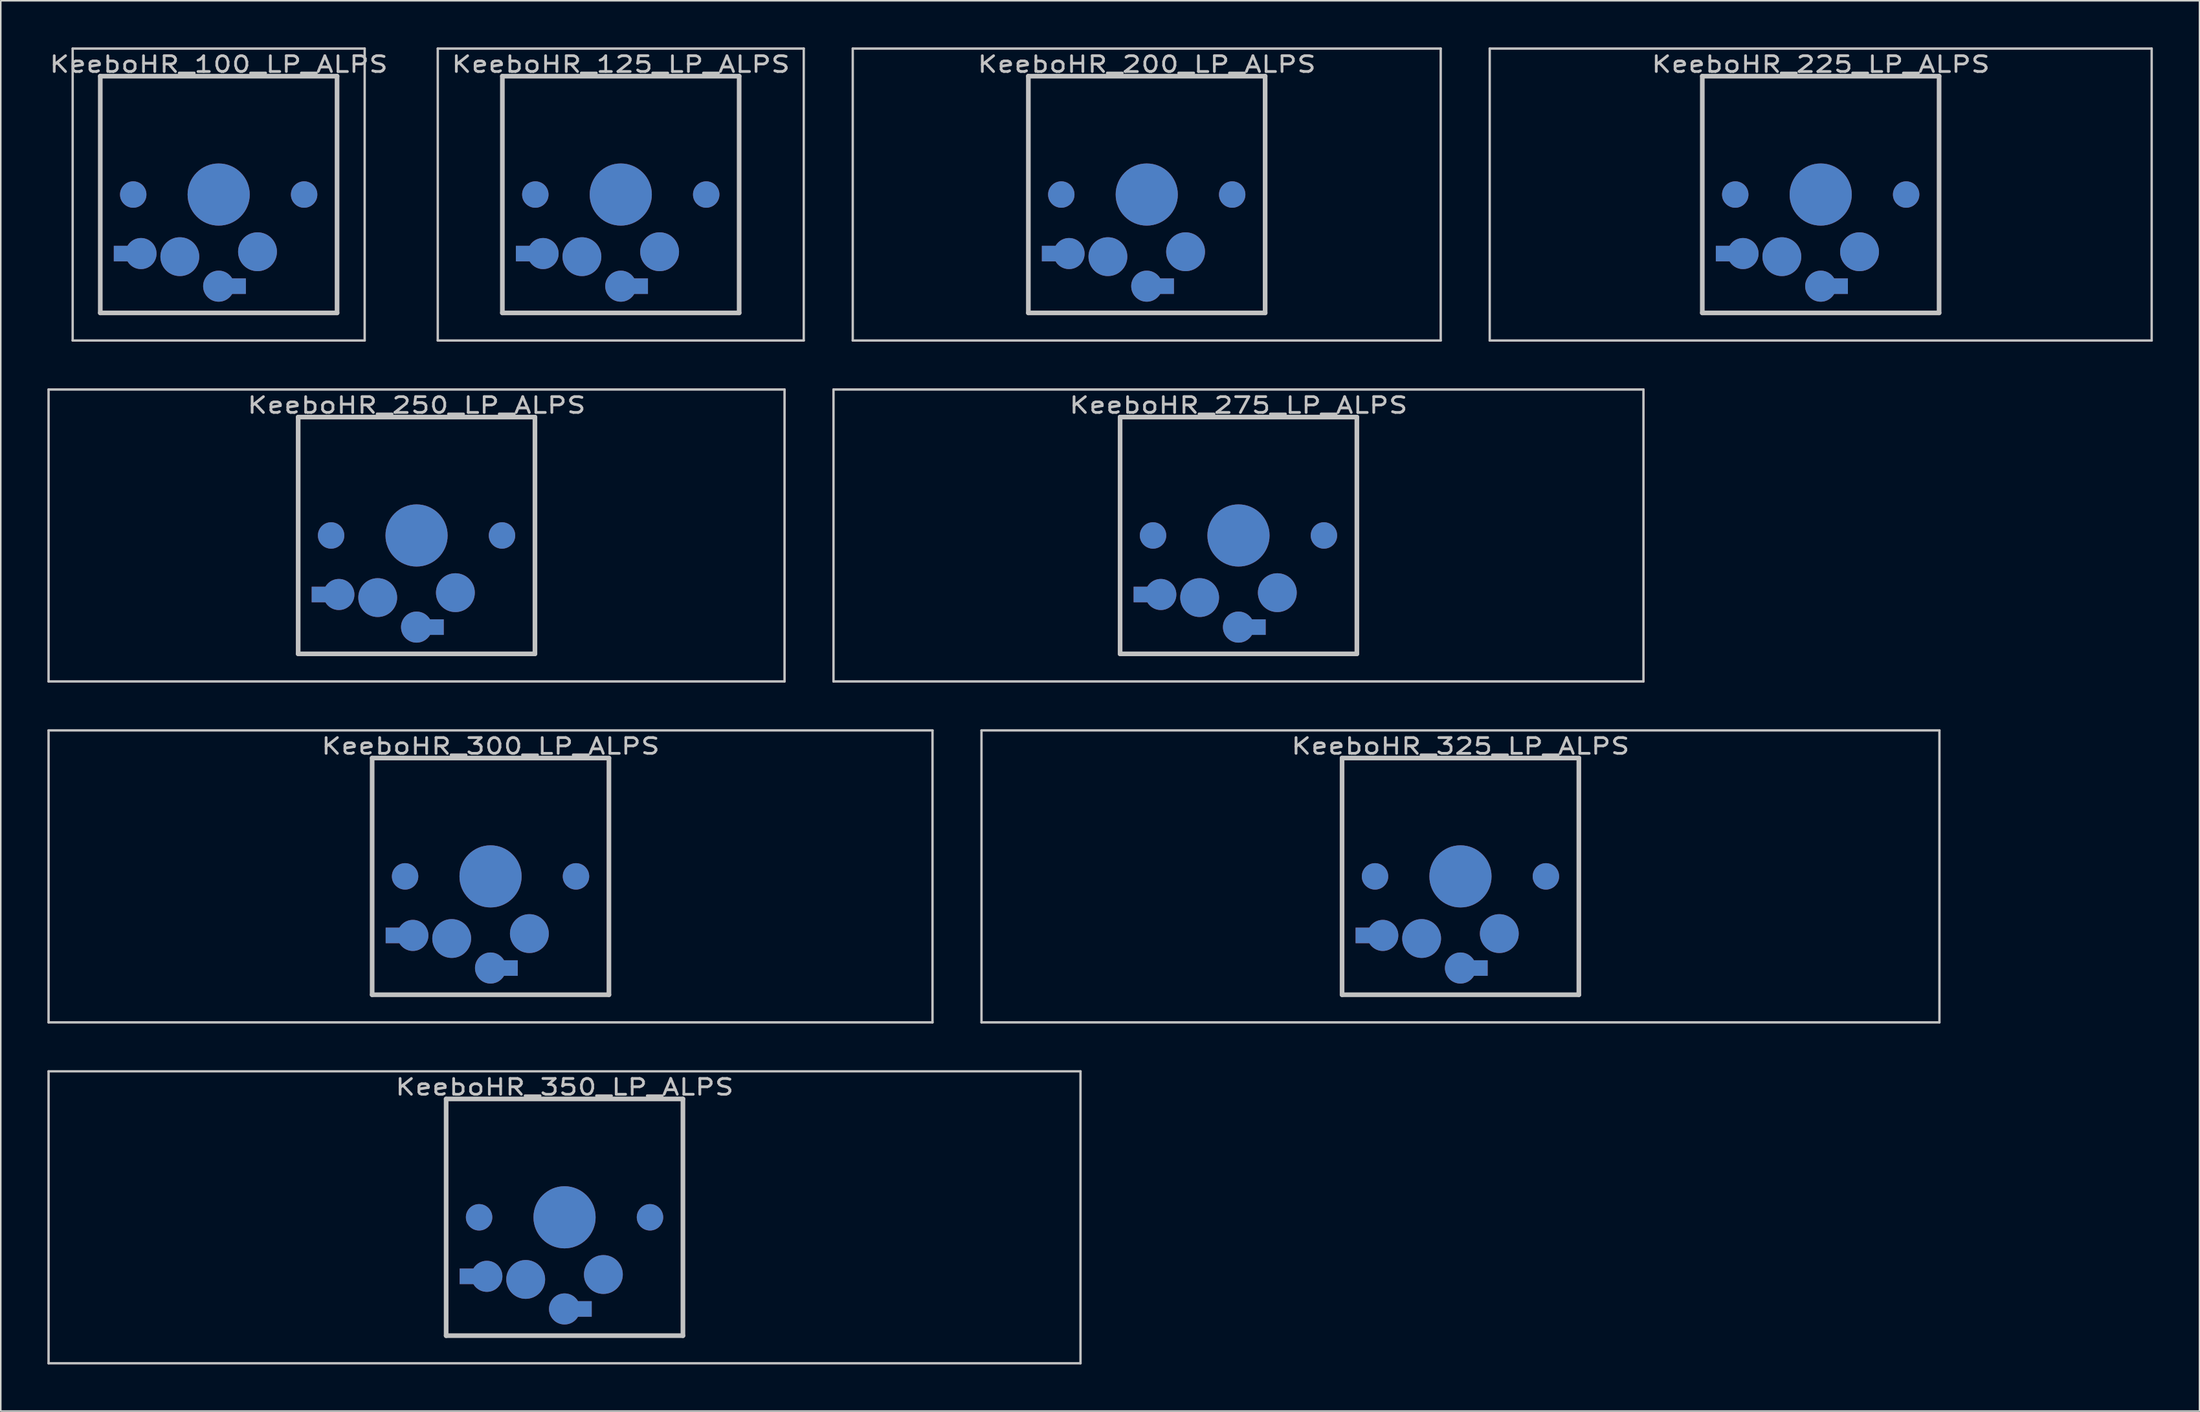
<source format=kicad_pcb>
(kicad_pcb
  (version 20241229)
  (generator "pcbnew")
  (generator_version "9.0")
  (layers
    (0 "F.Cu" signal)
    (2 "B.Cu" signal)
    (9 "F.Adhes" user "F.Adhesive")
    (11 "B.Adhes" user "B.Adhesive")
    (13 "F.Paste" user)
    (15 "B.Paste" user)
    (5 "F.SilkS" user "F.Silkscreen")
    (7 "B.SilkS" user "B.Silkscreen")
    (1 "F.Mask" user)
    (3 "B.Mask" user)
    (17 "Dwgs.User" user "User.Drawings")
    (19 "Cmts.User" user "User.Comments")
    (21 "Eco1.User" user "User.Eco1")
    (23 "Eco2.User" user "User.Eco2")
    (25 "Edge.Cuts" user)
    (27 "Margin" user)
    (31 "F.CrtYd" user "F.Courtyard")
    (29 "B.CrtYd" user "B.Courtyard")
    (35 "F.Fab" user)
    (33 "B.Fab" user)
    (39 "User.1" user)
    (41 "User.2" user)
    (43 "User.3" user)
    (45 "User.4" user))
  (footprint "KeeboHR_100_LP_ALPS"
    (layer "F.Cu")
    (at 11.025 9.474)
    (property "Reference" "KeeboHR_100_LP_ALPS" (at 0 -8.382 0) (layer "Dwgs.User") (effects (font (size 1.016 1.27) (thickness 0.178))))
    (attr through_hole)
    (fp_line (start -9.398 -9.398) (end 9.398 -9.398) (stroke (width 0.152) (type solid)) (layer "Dwgs.User"))
    (fp_line (start -9.398 9.398) (end -9.398 -9.398) (stroke (width 0.152) (type solid)) (layer "Dwgs.User"))
    (fp_line (start -7.62 -7.62) (end 7.62 -7.62) (stroke (width 0.3) (type solid)) (layer "Dwgs.User"))
    (fp_line (start -7.62 7.62) (end -7.62 -7.62) (stroke (width 0.3) (type solid)) (layer "Dwgs.User"))
    (fp_line (start 7.62 -7.62) (end 7.62 7.62) (stroke (width 0.3) (type solid)) (layer "Dwgs.User"))
    (fp_line (start 7.62 7.62) (end -7.62 7.62) (stroke (width 0.3) (type solid)) (layer "Dwgs.User"))
    (fp_line (start 9.398 -9.398) (end 9.398 9.398) (stroke (width 0.152) (type solid)) (layer "Dwgs.User"))
    (fp_line (start 9.398 9.398) (end -9.398 9.398) (stroke (width 0.152) (type solid)) (layer "Dwgs.User"))
    (pad "" smd circle (at -5.5 0) (size 1.7 1.7) (layers "*.Cu" "*.Mask"))
    (pad "" smd circle (at 0 0) (size 4 4) (layers "*.Cu" "*.Mask"))
    (pad "" smd circle (at 5.5 0) (size 1.7 1.7) (layers "*.Cu" "*.Mask"))
    (pad "1" smd circle (at 0 5.9) (size 2 2) (layers "*.Cu" "*.Mask"))
    (pad "1" smd rect (at 1.25 5.9) (size 1 1) (layers "*.Cu" "*.Mask"))
    (pad "1" smd circle (at 2.5 3.683) (size 2.5 2.5) (layers "*.Cu" "*.Mask"))
    (pad "2" smd rect (at -6.25 3.8) (size 1 1) (layers "*.Cu" "*.Mask"))
    (pad "2" smd circle (at -5 3.8) (size 2 2) (layers "*.Cu" "*.Mask"))
    (pad "2" smd circle (at -2.5 4) (size 2.5 2.5) (layers "*.Cu" "*.Mask")))
  (footprint "KeeboHR_250_LP_ALPS"
    (layer "F.Cu")
    (at 23.762 31.423)
    (property "Reference" "KeeboHR_250_LP_ALPS" (at 0 -8.382 0) (layer "Dwgs.User") (effects (font (size 1.016 1.27) (thickness 0.178))))
    (attr through_hole)
    (fp_line (start -23.686 -9.398) (end 23.686 -9.398) (stroke (width 0.152) (type solid)) (layer "Dwgs.User"))
    (fp_line (start -23.686 9.398) (end -23.686 -9.398) (stroke (width 0.152) (type solid)) (layer "Dwgs.User"))
    (fp_line (start -7.62 -7.62) (end 7.62 -7.62) (stroke (width 0.3) (type solid)) (layer "Dwgs.User"))
    (fp_line (start -7.62 7.62) (end -7.62 -7.62) (stroke (width 0.3) (type solid)) (layer "Dwgs.User"))
    (fp_line (start 7.62 -7.62) (end 7.62 7.62) (stroke (width 0.3) (type solid)) (layer "Dwgs.User"))
    (fp_line (start 7.62 7.62) (end -7.62 7.62) (stroke (width 0.3) (type solid)) (layer "Dwgs.User"))
    (fp_line (start 23.686 -9.398) (end 23.686 9.398) (stroke (width 0.152) (type solid)) (layer "Dwgs.User"))
    (fp_line (start 23.686 9.398) (end -23.686 9.398) (stroke (width 0.152) (type solid)) (layer "Dwgs.User"))
    (pad "" smd circle (at -5.5 0) (size 1.7 1.7) (layers "*.Cu" "*.Mask"))
    (pad "" smd circle (at 0 0) (size 4 4) (layers "*.Cu" "*.Mask"))
    (pad "" smd circle (at 5.5 0) (size 1.7 1.7) (layers "*.Cu" "*.Mask"))
    (pad "1" smd circle (at 0 5.9) (size 2 2) (layers "*.Cu" "*.Mask"))
    (pad "1" smd rect (at 1.25 5.9) (size 1 1) (layers "*.Cu" "*.Mask"))
    (pad "1" smd circle (at 2.5 3.683) (size 2.5 2.5) (layers "*.Cu" "*.Mask"))
    (pad "2" smd rect (at -6.25 3.8) (size 1 1) (layers "*.Cu" "*.Mask"))
    (pad "2" smd circle (at -5 3.8) (size 2 2) (layers "*.Cu" "*.Mask"))
    (pad "2" smd circle (at -2.5 4) (size 2.5 2.5) (layers "*.Cu" "*.Mask")))
  (footprint "KeeboHR_200_LP_ALPS"
    (layer "F.Cu")
    (at 70.761 9.474)
    (property "Reference" "KeeboHR_200_LP_ALPS" (at 0 -8.382 0) (layer "Dwgs.User") (effects (font (size 1.016 1.27) (thickness 0.178))))
    (attr through_hole)
    (fp_line (start -18.923 -9.398) (end 18.923 -9.398) (stroke (width 0.152) (type solid)) (layer "Dwgs.User"))
    (fp_line (start -18.923 9.398) (end -18.923 -9.398) (stroke (width 0.152) (type solid)) (layer "Dwgs.User"))
    (fp_line (start -7.62 -7.62) (end 7.62 -7.62) (stroke (width 0.3) (type solid)) (layer "Dwgs.User"))
    (fp_line (start -7.62 7.62) (end -7.62 -7.62) (stroke (width 0.3) (type solid)) (layer "Dwgs.User"))
    (fp_line (start 7.62 -7.62) (end 7.62 7.62) (stroke (width 0.3) (type solid)) (layer "Dwgs.User"))
    (fp_line (start 7.62 7.62) (end -7.62 7.62) (stroke (width 0.3) (type solid)) (layer "Dwgs.User"))
    (fp_line (start 18.923 -9.398) (end 18.923 9.398) (stroke (width 0.152) (type solid)) (layer "Dwgs.User"))
    (fp_line (start 18.923 9.398) (end -18.923 9.398) (stroke (width 0.152) (type solid)) (layer "Dwgs.User"))
    (pad "" smd circle (at -5.5 0) (size 1.7 1.7) (layers "*.Cu" "*.Mask"))
    (pad "" smd circle (at 0 0) (size 4 4) (layers "*.Cu" "*.Mask"))
    (pad "" smd circle (at 5.5 0) (size 1.7 1.7) (layers "*.Cu" "*.Mask"))
    (pad "1" smd circle (at 0 5.9) (size 2 2) (layers "*.Cu" "*.Mask"))
    (pad "1" smd rect (at 1.25 5.9) (size 1 1) (layers "*.Cu" "*.Mask"))
    (pad "1" smd circle (at 2.5 3.683) (size 2.5 2.5) (layers "*.Cu" "*.Mask"))
    (pad "2" smd rect (at -6.25 3.8) (size 1 1) (layers "*.Cu" "*.Mask"))
    (pad "2" smd circle (at -5 3.8) (size 2 2) (layers "*.Cu" "*.Mask"))
    (pad "2" smd circle (at -2.5 4) (size 2.5 2.5) (layers "*.Cu" "*.Mask")))
  (footprint "KeeboHR_325_LP_ALPS"
    (layer "F.Cu")
    (at 90.954 53.371)
    (property "Reference" "KeeboHR_325_LP_ALPS" (at 0 -8.382 0) (layer "Dwgs.User") (effects (font (size 1.016 1.27) (thickness 0.178))))
    (attr through_hole)
    (fp_line (start -30.829 -9.398) (end 30.829 -9.398) (stroke (width 0.152) (type solid)) (layer "Dwgs.User"))
    (fp_line (start -30.829 9.398) (end -30.829 -9.398) (stroke (width 0.152) (type solid)) (layer "Dwgs.User"))
    (fp_line (start -7.62 -7.62) (end 7.62 -7.62) (stroke (width 0.3) (type solid)) (layer "Dwgs.User"))
    (fp_line (start -7.62 7.62) (end -7.62 -7.62) (stroke (width 0.3) (type solid)) (layer "Dwgs.User"))
    (fp_line (start 7.62 -7.62) (end 7.62 7.62) (stroke (width 0.3) (type solid)) (layer "Dwgs.User"))
    (fp_line (start 7.62 7.62) (end -7.62 7.62) (stroke (width 0.3) (type solid)) (layer "Dwgs.User"))
    (fp_line (start 30.829 -9.398) (end 30.829 9.398) (stroke (width 0.152) (type solid)) (layer "Dwgs.User"))
    (fp_line (start 30.829 9.398) (end -30.829 9.398) (stroke (width 0.152) (type solid)) (layer "Dwgs.User"))
    (pad "" smd circle (at -5.5 0) (size 1.7 1.7) (layers "*.Cu" "*.Mask"))
    (pad "" smd circle (at 0 0) (size 4 4) (layers "*.Cu" "*.Mask"))
    (pad "" smd circle (at 5.5 0) (size 1.7 1.7) (layers "*.Cu" "*.Mask"))
    (pad "1" smd circle (at 0 5.9) (size 2 2) (layers "*.Cu" "*.Mask"))
    (pad "1" smd rect (at 1.25 5.9) (size 1 1) (layers "*.Cu" "*.Mask"))
    (pad "1" smd circle (at 2.5 3.683) (size 2.5 2.5) (layers "*.Cu" "*.Mask"))
    (pad "2" smd rect (at -6.25 3.8) (size 1 1) (layers "*.Cu" "*.Mask"))
    (pad "2" smd circle (at -5 3.8) (size 2 2) (layers "*.Cu" "*.Mask"))
    (pad "2" smd circle (at -2.5 4) (size 2.5 2.5) (layers "*.Cu" "*.Mask")))
  (footprint "KeeboHR_300_LP_ALPS"
    (layer "F.Cu")
    (at 28.524 53.371)
    (property "Reference" "KeeboHR_300_LP_ALPS" (at 0 -8.382 0) (layer "Dwgs.User") (effects (font (size 1.016 1.27) (thickness 0.178))))
    (attr through_hole)
    (fp_line (start -28.448 -9.398) (end 28.448 -9.398) (stroke (width 0.152) (type solid)) (layer "Dwgs.User"))
    (fp_line (start -28.448 9.398) (end -28.448 -9.398) (stroke (width 0.152) (type solid)) (layer "Dwgs.User"))
    (fp_line (start -7.62 -7.62) (end 7.62 -7.62) (stroke (width 0.3) (type solid)) (layer "Dwgs.User"))
    (fp_line (start -7.62 7.62) (end -7.62 -7.62) (stroke (width 0.3) (type solid)) (layer "Dwgs.User"))
    (fp_line (start 7.62 -7.62) (end 7.62 7.62) (stroke (width 0.3) (type solid)) (layer "Dwgs.User"))
    (fp_line (start 7.62 7.62) (end -7.62 7.62) (stroke (width 0.3) (type solid)) (layer "Dwgs.User"))
    (fp_line (start 28.448 -9.398) (end 28.448 9.398) (stroke (width 0.152) (type solid)) (layer "Dwgs.User"))
    (fp_line (start 28.448 9.398) (end -28.448 9.398) (stroke (width 0.152) (type solid)) (layer "Dwgs.User"))
    (pad "" smd circle (at -5.5 0) (size 1.7 1.7) (layers "*.Cu" "*.Mask"))
    (pad "" smd circle (at 0 0) (size 4 4) (layers "*.Cu" "*.Mask"))
    (pad "" smd circle (at 5.5 0) (size 1.7 1.7) (layers "*.Cu" "*.Mask"))
    (pad "1" smd circle (at 0 5.9) (size 2 2) (layers "*.Cu" "*.Mask"))
    (pad "1" smd rect (at 1.25 5.9) (size 1 1) (layers "*.Cu" "*.Mask"))
    (pad "1" smd circle (at 2.5 3.683) (size 2.5 2.5) (layers "*.Cu" "*.Mask"))
    (pad "2" smd rect (at -6.25 3.8) (size 1 1) (layers "*.Cu" "*.Mask"))
    (pad "2" smd circle (at -5 3.8) (size 2 2) (layers "*.Cu" "*.Mask"))
    (pad "2" smd circle (at -2.5 4) (size 2.5 2.5) (layers "*.Cu" "*.Mask")))
  (footprint "KeeboHR_350_LP_ALPS"
    (layer "F.Cu")
    (at 33.287 75.319)
    (property "Reference" "KeeboHR_350_LP_ALPS" (at 0 -8.382 0) (layer "Dwgs.User") (effects (font (size 1.016 1.27) (thickness 0.178))))
    (attr through_hole)
    (fp_line (start -33.211 -9.398) (end 33.211 -9.398) (stroke (width 0.152) (type solid)) (layer "Dwgs.User"))
    (fp_line (start -33.211 9.398) (end -33.211 -9.398) (stroke (width 0.152) (type solid)) (layer "Dwgs.User"))
    (fp_line (start -7.62 -7.62) (end 7.62 -7.62) (stroke (width 0.3) (type solid)) (layer "Dwgs.User"))
    (fp_line (start -7.62 7.62) (end -7.62 -7.62) (stroke (width 0.3) (type solid)) (layer "Dwgs.User"))
    (fp_line (start 7.62 -7.62) (end 7.62 7.62) (stroke (width 0.3) (type solid)) (layer "Dwgs.User"))
    (fp_line (start 7.62 7.62) (end -7.62 7.62) (stroke (width 0.3) (type solid)) (layer "Dwgs.User"))
    (fp_line (start 33.211 -9.398) (end 33.211 9.398) (stroke (width 0.152) (type solid)) (layer "Dwgs.User"))
    (fp_line (start 33.211 9.398) (end -33.211 9.398) (stroke (width 0.152) (type solid)) (layer "Dwgs.User"))
    (pad "" smd circle (at -5.5 0) (size 1.7 1.7) (layers "*.Cu" "*.Mask"))
    (pad "" smd circle (at 0 0) (size 4 4) (layers "*.Cu" "*.Mask"))
    (pad "" smd circle (at 5.5 0) (size 1.7 1.7) (layers "*.Cu" "*.Mask"))
    (pad "1" smd circle (at 0 5.9) (size 2 2) (layers "*.Cu" "*.Mask"))
    (pad "1" smd rect (at 1.25 5.9) (size 1 1) (layers "*.Cu" "*.Mask"))
    (pad "1" smd circle (at 2.5 3.683) (size 2.5 2.5) (layers "*.Cu" "*.Mask"))
    (pad "2" smd rect (at -6.25 3.8) (size 1 1) (layers "*.Cu" "*.Mask"))
    (pad "2" smd circle (at -5 3.8) (size 2 2) (layers "*.Cu" "*.Mask"))
    (pad "2" smd circle (at -2.5 4) (size 2.5 2.5) (layers "*.Cu" "*.Mask")))
  (footprint "KeeboHR_225_LP_ALPS"
    (layer "F.Cu")
    (at 114.141 9.474)
    (property "Reference" "KeeboHR_225_LP_ALPS" (at 0 -8.382 0) (layer "Dwgs.User") (effects (font (size 1.016 1.27) (thickness 0.178))))
    (attr through_hole)
    (fp_line (start -21.304 -9.398) (end 21.304 -9.398) (stroke (width 0.152) (type solid)) (layer "Dwgs.User"))
    (fp_line (start -21.304 9.398) (end -21.304 -9.398) (stroke (width 0.152) (type solid)) (layer "Dwgs.User"))
    (fp_line (start -7.62 -7.62) (end 7.62 -7.62) (stroke (width 0.3) (type solid)) (layer "Dwgs.User"))
    (fp_line (start -7.62 7.62) (end -7.62 -7.62) (stroke (width 0.3) (type solid)) (layer "Dwgs.User"))
    (fp_line (start 7.62 -7.62) (end 7.62 7.62) (stroke (width 0.3) (type solid)) (layer "Dwgs.User"))
    (fp_line (start 7.62 7.62) (end -7.62 7.62) (stroke (width 0.3) (type solid)) (layer "Dwgs.User"))
    (fp_line (start 21.304 -9.398) (end 21.304 9.398) (stroke (width 0.152) (type solid)) (layer "Dwgs.User"))
    (fp_line (start 21.304 9.398) (end -21.304 9.398) (stroke (width 0.152) (type solid)) (layer "Dwgs.User"))
    (pad "" smd circle (at -5.5 0) (size 1.7 1.7) (layers "*.Cu" "*.Mask"))
    (pad "" smd circle (at 0 0) (size 4 4) (layers "*.Cu" "*.Mask"))
    (pad "" smd circle (at 5.5 0) (size 1.7 1.7) (layers "*.Cu" "*.Mask"))
    (pad "1" smd circle (at 0 5.9) (size 2 2) (layers "*.Cu" "*.Mask"))
    (pad "1" smd rect (at 1.25 5.9) (size 1 1) (layers "*.Cu" "*.Mask"))
    (pad "1" smd circle (at 2.5 3.683) (size 2.5 2.5) (layers "*.Cu" "*.Mask"))
    (pad "2" smd rect (at -6.25 3.8) (size 1 1) (layers "*.Cu" "*.Mask"))
    (pad "2" smd circle (at -5 3.8) (size 2 2) (layers "*.Cu" "*.Mask"))
    (pad "2" smd circle (at -2.5 4) (size 2.5 2.5) (layers "*.Cu" "*.Mask")))
  (footprint "KeeboHR_125_LP_ALPS"
    (layer "F.Cu")
    (at 36.906 9.474)
    (property "Reference" "KeeboHR_125_LP_ALPS" (at 0 -8.382 0) (layer "Dwgs.User") (effects (font (size 1.016 1.27) (thickness 0.178))))
    (attr through_hole)
    (fp_line (start -11.779 -9.398) (end 11.779 -9.398) (stroke (width 0.152) (type solid)) (layer "Dwgs.User"))
    (fp_line (start -11.779 9.398) (end -11.779 -9.398) (stroke (width 0.152) (type solid)) (layer "Dwgs.User"))
    (fp_line (start -7.62 -7.62) (end 7.62 -7.62) (stroke (width 0.3) (type solid)) (layer "Dwgs.User"))
    (fp_line (start -7.62 7.62) (end -7.62 -7.62) (stroke (width 0.3) (type solid)) (layer "Dwgs.User"))
    (fp_line (start 7.62 -7.62) (end 7.62 7.62) (stroke (width 0.3) (type solid)) (layer "Dwgs.User"))
    (fp_line (start 7.62 7.62) (end -7.62 7.62) (stroke (width 0.3) (type solid)) (layer "Dwgs.User"))
    (fp_line (start 11.779 -9.398) (end 11.779 9.398) (stroke (width 0.152) (type solid)) (layer "Dwgs.User"))
    (fp_line (start 11.779 9.398) (end -11.779 9.398) (stroke (width 0.152) (type solid)) (layer "Dwgs.User"))
    (pad "" smd circle (at -5.5 0) (size 1.7 1.7) (layers "*.Cu" "*.Mask"))
    (pad "" smd circle (at 0 0) (size 4 4) (layers "*.Cu" "*.Mask"))
    (pad "" smd circle (at 5.5 0) (size 1.7 1.7) (layers "*.Cu" "*.Mask"))
    (pad "1" smd circle (at 0 5.9) (size 2 2) (layers "*.Cu" "*.Mask"))
    (pad "1" smd rect (at 1.25 5.9) (size 1 1) (layers "*.Cu" "*.Mask"))
    (pad "1" smd circle (at 2.5 3.683) (size 2.5 2.5) (layers "*.Cu" "*.Mask"))
    (pad "2" smd rect (at -6.25 3.8) (size 1 1) (layers "*.Cu" "*.Mask"))
    (pad "2" smd circle (at -5 3.8) (size 2 2) (layers "*.Cu" "*.Mask"))
    (pad "2" smd circle (at -2.5 4) (size 2.5 2.5) (layers "*.Cu" "*.Mask")))
  (footprint "KeeboHR_275_LP_ALPS"
    (layer "F.Cu")
    (at 76.666 31.423)
    (property "Reference" "KeeboHR_275_LP_ALPS" (at 0 -8.382 0) (layer "Dwgs.User") (effects (font (size 1.016 1.27) (thickness 0.178))))
    (attr through_hole)
    (fp_line (start -26.067 -9.398) (end 26.067 -9.398) (stroke (width 0.152) (type solid)) (layer "Dwgs.User"))
    (fp_line (start -26.067 9.398) (end -26.067 -9.398) (stroke (width 0.152) (type solid)) (layer "Dwgs.User"))
    (fp_line (start -7.62 -7.62) (end 7.62 -7.62) (stroke (width 0.3) (type solid)) (layer "Dwgs.User"))
    (fp_line (start -7.62 7.62) (end -7.62 -7.62) (stroke (width 0.3) (type solid)) (layer "Dwgs.User"))
    (fp_line (start 7.62 -7.62) (end 7.62 7.62) (stroke (width 0.3) (type solid)) (layer "Dwgs.User"))
    (fp_line (start 7.62 7.62) (end -7.62 7.62) (stroke (width 0.3) (type solid)) (layer "Dwgs.User"))
    (fp_line (start 26.067 -9.398) (end 26.067 9.398) (stroke (width 0.152) (type solid)) (layer "Dwgs.User"))
    (fp_line (start 26.067 9.398) (end -26.067 9.398) (stroke (width 0.152) (type solid)) (layer "Dwgs.User"))
    (pad "" smd circle (at -5.5 0) (size 1.7 1.7) (layers "*.Cu" "*.Mask"))
    (pad "" smd circle (at 0 0) (size 4 4) (layers "*.Cu" "*.Mask"))
    (pad "" smd circle (at 5.5 0) (size 1.7 1.7) (layers "*.Cu" "*.Mask"))
    (pad "1" smd circle (at 0 5.9) (size 2 2) (layers "*.Cu" "*.Mask"))
    (pad "1" smd rect (at 1.25 5.9) (size 1 1) (layers "*.Cu" "*.Mask"))
    (pad "1" smd circle (at 2.5 3.683) (size 2.5 2.5) (layers "*.Cu" "*.Mask"))
    (pad "2" smd rect (at -6.25 3.8) (size 1 1) (layers "*.Cu" "*.Mask"))
    (pad "2" smd circle (at -5 3.8) (size 2 2) (layers "*.Cu" "*.Mask"))
    (pad "2" smd circle (at -2.5 4) (size 2.5 2.5) (layers "*.Cu" "*.Mask")))
  (gr_rect
    (start -3 -3)
    (end 138.521 87.794)
    (stroke (width 0.1) (type default))
    (fill no)
    (layer "Edge.Cuts")))
</source>
